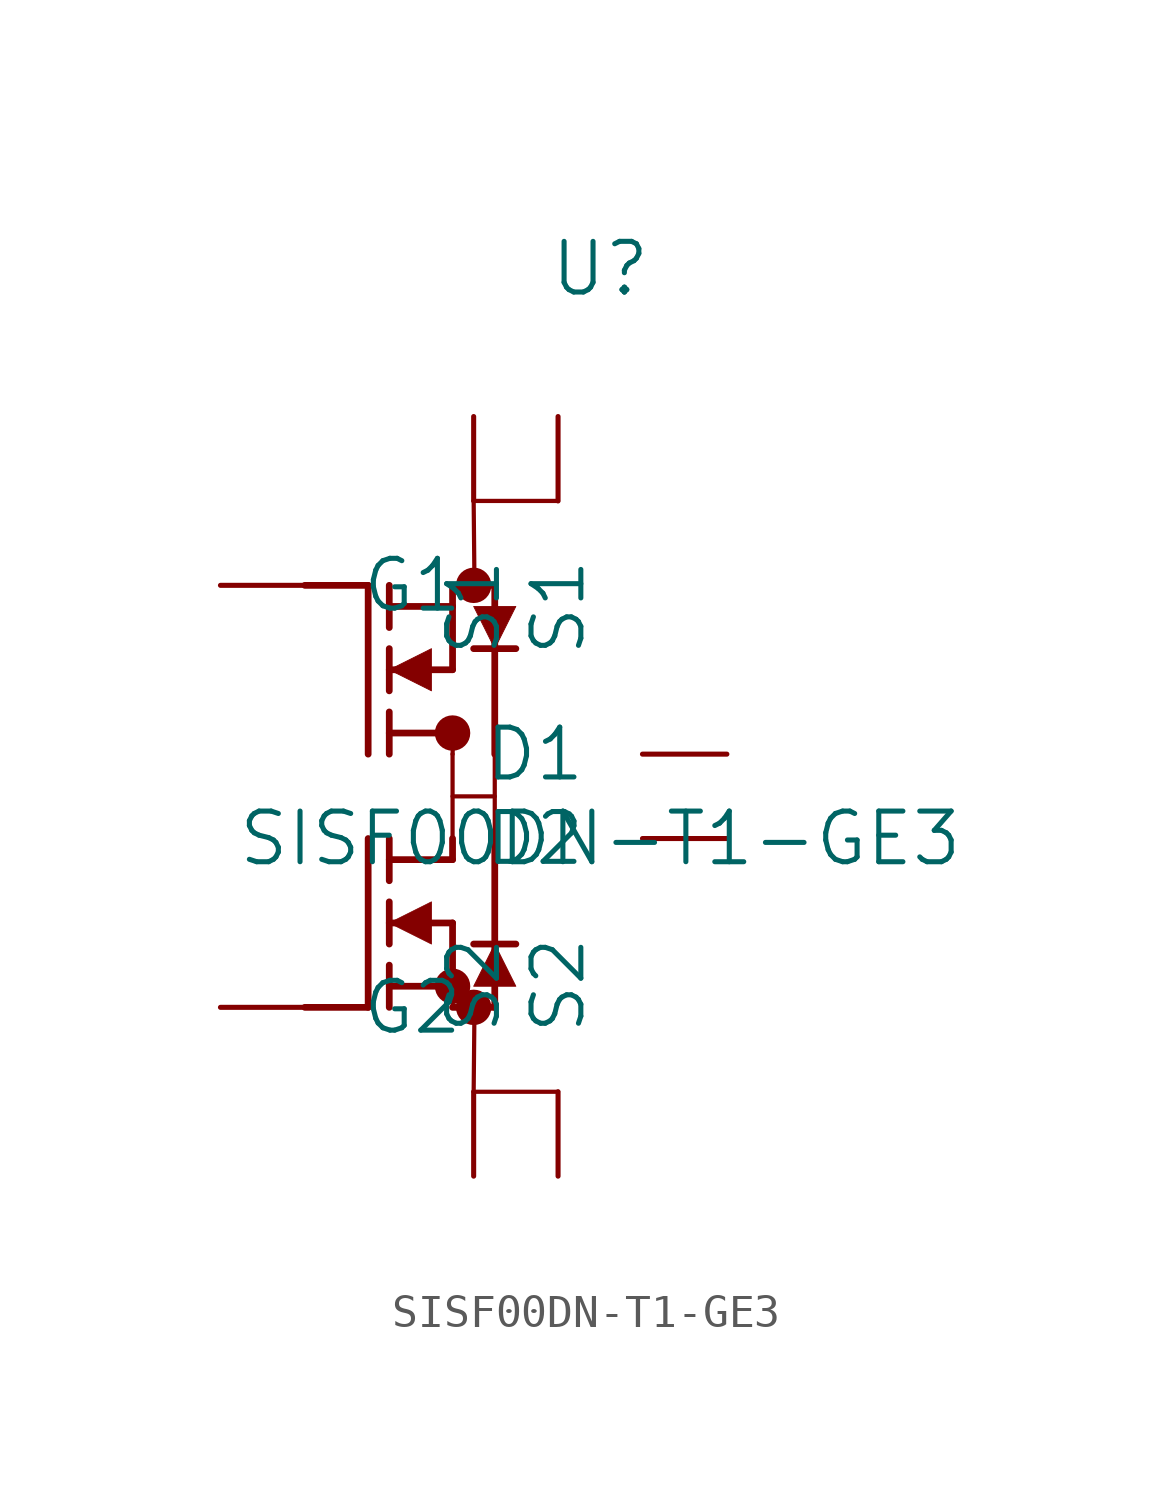
<source format=kicad_sym>
(kicad_symbol_lib
  (version 20211014)
  (generator kicad_symbol_editor)
  (symbol "SISF00DN-T1-GE3"
    (pin_numbers hide)
    (pin_names
      (offset 1.676))
    (property "Reference" "U"
      (at 11.43 9.525 0)
      (effects (font (size 1.524 1.524))))
    (property "Value" "SISF00DN-T1-GE3"
      (at 11.43 -7.62 0)
      (effects (font (size 1.524 1.524))))
    (property "Datasheet" ""
      (at 0 0 0)
      (effects (font (size 1.524 1.524))))
    (property "ki_locked" ""
      (at 0 0 0)
      (effects (font (size 1.27 1.27))))
    (symbol "SISF00DN-T1-GE3_1_1"
      (polyline (pts (xy 2.54 -12.7) (xy 4.445 -12.7)) (stroke (width 0.203) (type default) (color 0 0 0 0)) (fill (type none)))
      (polyline (pts (xy 2.54 0) (xy 4.445 0)) (stroke (width 0.203) (type default) (color 0 0 0 0)) (fill (type none)))
      (polyline (pts (xy 4.445 -12.7) (xy 4.445 -7.62)) (stroke (width 0.203) (type default) (color 0 0 0 0)) (fill (type none)))
      (polyline (pts (xy 4.445 -5.08) (xy 4.445 0)) (stroke (width 0.203) (type default) (color 0 0 0 0)) (fill (type none)))
      (polyline (pts (xy 5.08 -12.7) (xy 5.08 -11.43)) (stroke (width 0.203) (type default) (color 0 0 0 0)) (fill (type none)))
      (polyline (pts (xy 5.08 -12.065) (xy 6.985 -12.065)) (stroke (width 0.203) (type default) (color 0 0 0 0)) (fill (type none)))
      (polyline (pts (xy 5.08 -10.795) (xy 5.08 -9.525)) (stroke (width 0.203) (type default) (color 0 0 0 0)) (fill (type none)))
      (polyline (pts (xy 5.08 -8.89) (xy 5.08 -7.62)) (stroke (width 0.203) (type default) (color 0 0 0 0)) (fill (type none)))
      (polyline (pts (xy 5.08 -8.255) (xy 6.985 -8.255)) (stroke (width 0.203) (type default) (color 0 0 0 0)) (fill (type none)))
      (polyline (pts (xy 5.08 -5.08) (xy 5.08 -3.81)) (stroke (width 0.203) (type default) (color 0 0 0 0)) (fill (type none)))
      (polyline (pts (xy 5.08 -4.445) (xy 6.985 -4.445)) (stroke (width 0.203) (type default) (color 0 0 0 0)) (fill (type none)))
      (polyline (pts (xy 5.08 -3.175) (xy 5.08 -1.905)) (stroke (width 0.203) (type default) (color 0 0 0 0)) (fill (type none)))
      (polyline (pts (xy 5.08 -1.27) (xy 5.08 0)) (stroke (width 0.203) (type default) (color 0 0 0 0)) (fill (type none)))
      (polyline (pts (xy 5.08 -0.635) (xy 6.985 -0.635)) (stroke (width 0.203) (type default) (color 0 0 0 0)) (fill (type none)))
      (polyline (pts (xy 6.985 -12.7) (xy 8.255 -12.7)) (stroke (width 0.203) (type default) (color 0 0 0 0)) (fill (type none)))
      (polyline (pts (xy 6.985 -12.065) (xy 6.985 -10.16)) (stroke (width 0.203) (type default) (color 0 0 0 0)) (fill (type none)))
      (polyline (pts (xy 6.985 -10.16) (xy 5.08 -10.16)) (stroke (width 0.203) (type default) (color 0 0 0 0)) (fill (type none)))
      (polyline (pts (xy 6.985 -8.255) (xy 6.985 -7.62)) (stroke (width 0.203) (type default) (color 0 0 0 0)) (fill (type none)))
      (polyline (pts (xy 6.985 -6.35) (xy 8.255 -6.35)) (stroke (width 0.127) (type default) (color 0 0 0 0)) (fill (type none)))
      (polyline (pts (xy 6.985 -5.08) (xy 6.985 -7.62)) (stroke (width 0.127) (type default) (color 0 0 0 0)) (fill (type none)))
      (polyline (pts (xy 6.985 -2.54) (xy 5.08 -2.54)) (stroke (width 0.203) (type default) (color 0 0 0 0)) (fill (type none)))
      (polyline (pts (xy 6.985 -0.635) (xy 6.985 -2.54)) (stroke (width 0.203) (type default) (color 0 0 0 0)) (fill (type none)))
      (polyline (pts (xy 6.985 -0.635) (xy 6.985 0)) (stroke (width 0.203) (type default) (color 0 0 0 0)) (fill (type none)))
      (polyline (pts (xy 6.985 0) (xy 8.255 0)) (stroke (width 0.203) (type default) (color 0 0 0 0)) (fill (type none)))
      (polyline (pts (xy 7.01 -12.065) (xy 6.985 -12.7)) (stroke (width 0.127) (type default) (color 0 0 0 0)) (fill (type none)))
      (polyline (pts (xy 7.01 -4.445) (xy 6.985 -5.08)) (stroke (width 0.127) (type default) (color 0 0 0 0)) (fill (type none)))
      (polyline (pts (xy 7.62 -15.24) (xy 7.645 -12.7)) (stroke (width 0.127) (type default) (color 0 0 0 0)) (fill (type none)))
      (polyline (pts (xy 7.62 -15.24) (xy 10.16 -15.24)) (stroke (width 0.127) (type default) (color 0 0 0 0)) (fill (type none)))
      (polyline (pts (xy 7.62 -10.795) (xy 8.89 -10.795)) (stroke (width 0.203) (type default) (color 0 0 0 0)) (fill (type none)))
      (polyline (pts (xy 7.62 2.54) (xy 7.645 0)) (stroke (width 0.127) (type default) (color 0 0 0 0)) (fill (type none)))
      (polyline (pts (xy 7.62 2.54) (xy 10.16 2.54)) (stroke (width 0.127) (type default) (color 0 0 0 0)) (fill (type none)))
      (polyline (pts (xy 8.255 -10.795) (xy 8.255 -12.7)) (stroke (width 0.203) (type default) (color 0 0 0 0)) (fill (type none)))
      (polyline (pts (xy 8.255 -7.62) (xy 8.255 -10.795)) (stroke (width 0.203) (type default) (color 0 0 0 0)) (fill (type none)))
      (polyline (pts (xy 8.255 -7.62) (xy 8.255 -5.08)) (stroke (width 0.127) (type default) (color 0 0 0 0)) (fill (type none)))
      (polyline (pts (xy 8.255 -5.08) (xy 8.255 -1.905)) (stroke (width 0.203) (type default) (color 0 0 0 0)) (fill (type none)))
      (polyline (pts (xy 8.255 -1.905) (xy 8.255 0)) (stroke (width 0.203) (type default) (color 0 0 0 0)) (fill (type none)))
      (polyline (pts (xy 8.89 -1.905) (xy 7.62 -1.905)) (stroke (width 0.203) (type default) (color 0 0 0 0)) (fill (type none)))
      (polyline (pts (xy 6.35 -9.525) (xy 5.08 -10.16) (xy 6.35 -10.795) (xy 6.35 -9.525)) (stroke (width 0.025) (type default) (color 0 0 0 0)) (fill (type outline)))
      (polyline (pts (xy 6.35 -1.905) (xy 5.08 -2.54) (xy 6.35 -3.175) (xy 6.35 -1.905)) (stroke (width 0.025) (type default) (color 0 0 0 0)) (fill (type outline)))
      (polyline (pts (xy 7.62 -12.065) (xy 8.89 -12.065) (xy 8.255 -10.795) (xy 7.62 -12.065)) (stroke (width 0.025) (type default) (color 0 0 0 0)) (fill (type outline)))
      (polyline (pts (xy 8.89 -0.635) (xy 7.62 -0.635) (xy 8.255 -1.905) (xy 8.89 -0.635)) (stroke (width 0.025) (type default) (color 0 0 0 0)) (fill (type outline)))
      (circle (center 6.985 -12.065) (radius 0.025) (stroke (width 0.508) (type default) (color 0 0 0 0)) (fill (type none)))
      (circle (center 6.985 -4.445) (radius 0.025) (stroke (width 0.508) (type default) (color 0 0 0 0)) (fill (type none)))
      (circle (center 7.62 -12.7) (radius 0.025) (stroke (width 0.508) (type default) (color 0 0 0 0)) (fill (type none)))
      (circle (center 7.62 0) (radius 0.025) (stroke (width 0.508) (type default) (color 0 0 0 0)) (fill (type none)))
      (pin bidirectional line (at 0 0 0) (length 2.54) (name "G1" (effects (font (size 1.499 1.499)))) (number "1" (effects (font (size 1.499 1.499)))))
      (pin bidirectional line (at 15.24 -5.08 180) (length 2.54) (name "D1" (effects (font (size 1.499 1.499)))) (number "2" (effects (font (size 1.499 1.499)))))
      (pin bidirectional line (at 15.24 -7.62 180) (length 2.54) (name "D2" (effects (font (size 1.499 1.499)))) (number "3" (effects (font (size 1.499 1.499)))))
      (pin bidirectional line (at 0 -12.7 0) (length 2.54) (name "G2" (effects (font (size 1.499 1.499)))) (number "4" (effects (font (size 1.499 1.499)))))
      (pin bidirectional line (at 7.62 -17.78 90) (length 2.54) (name "S2" (effects (font (size 1.499 1.499)))) (number "5" (effects (font (size 1.499 1.499)))))
      (pin unspecified line (at 10.16 -17.78 90) (length 2.54) (name "S2" (effects (font (size 1.499 1.499)))) (number "6" (effects (font (size 1.499 1.499)))))
      (pin bidirectional line (at 7.62 5.08 270) (length 2.54) (name "S1" (effects (font (size 1.499 1.499)))) (number "7" (effects (font (size 1.499 1.499)))))
      (pin bidirectional line (at 10.16 5.08 270) (length 2.54) (name "S1" (effects (font (size 1.499 1.499)))) (number "8" (effects (font (size 1.499 1.499))))))))
</source>
